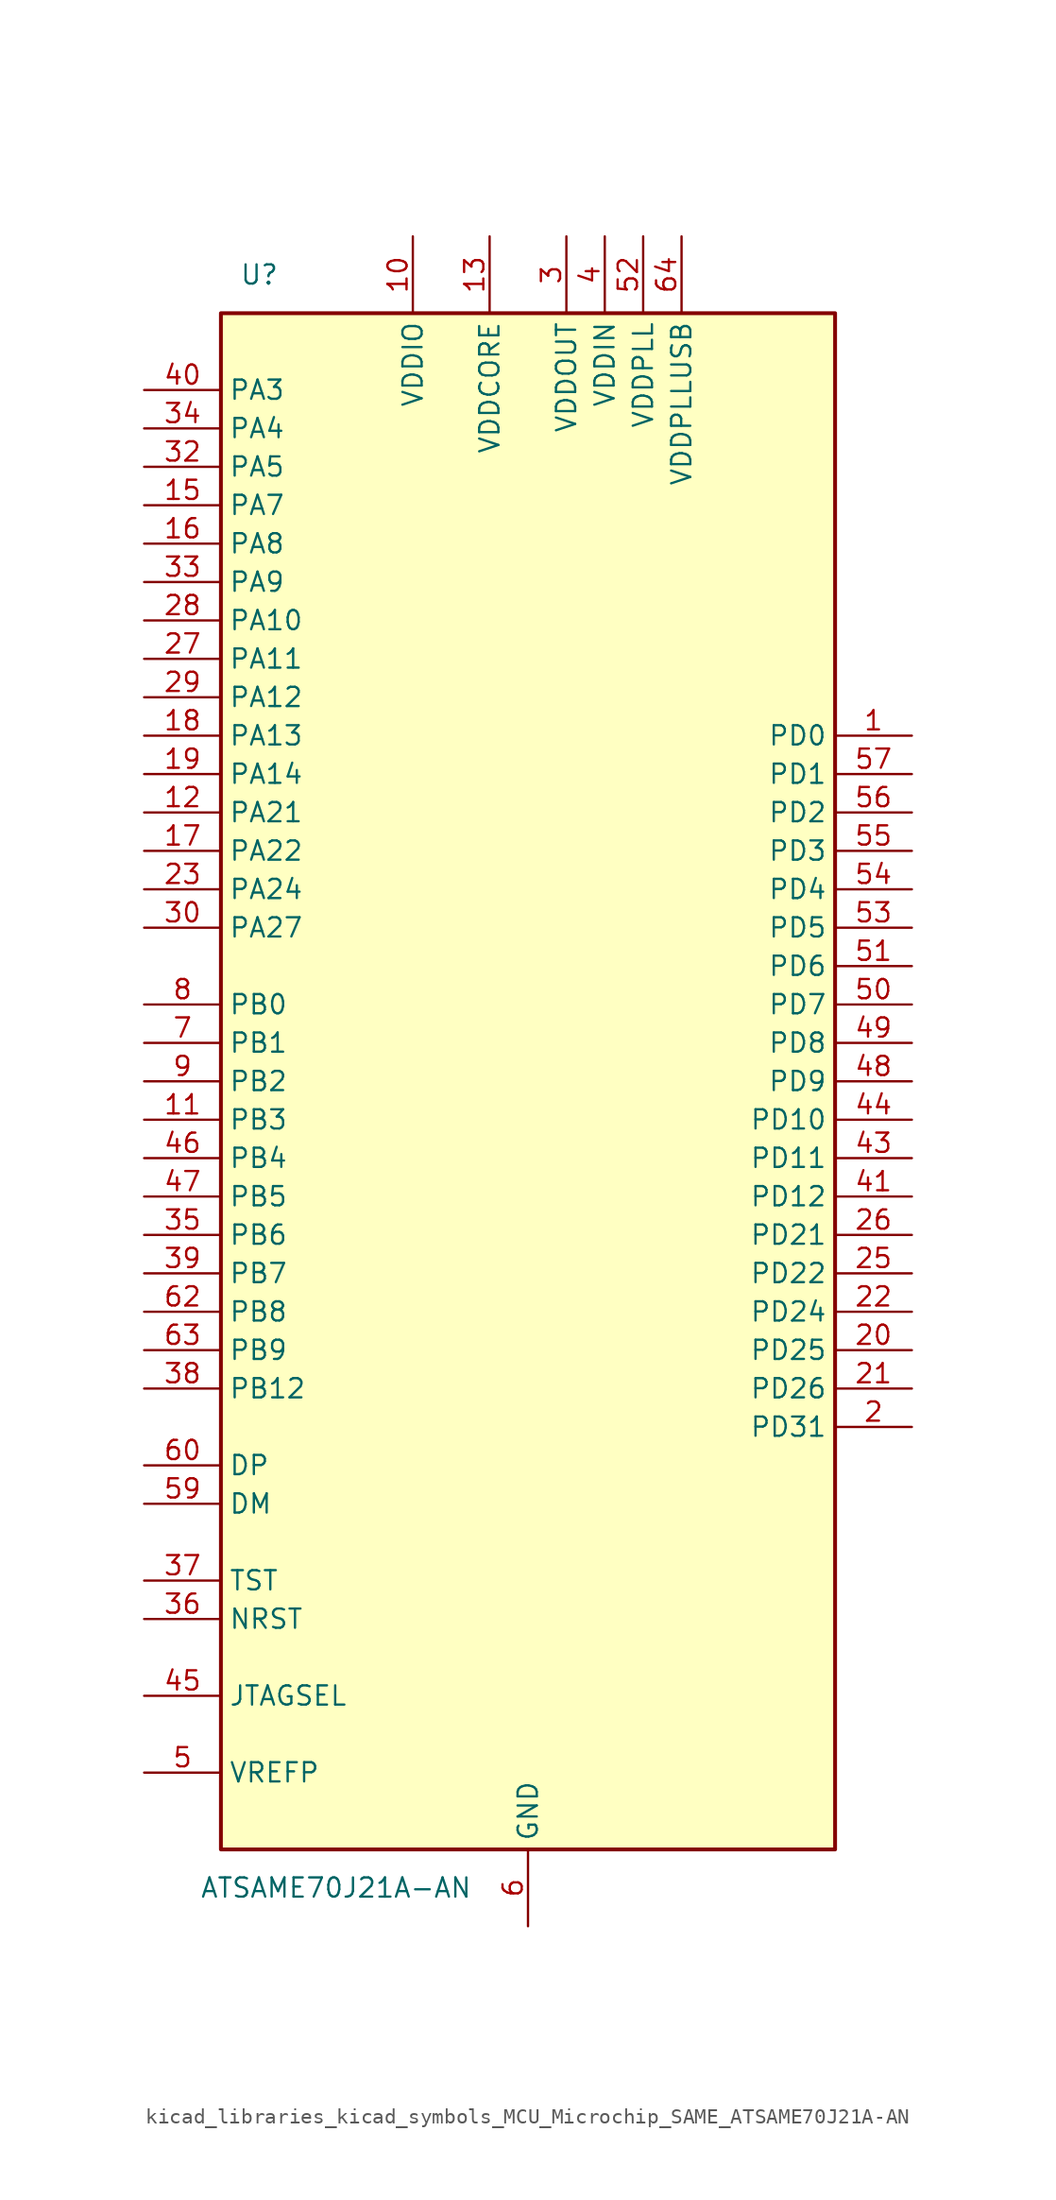
<source format=kicad_sym>
(kicad_symbol_lib
  (version 20220914)
  (generator kicad_symbol_editor)
  (symbol "kicad_libraries_kicad_symbols_MCU_Microchip_SAME_ATSAME70J21A-AN"
    (property "Reference" "U"
      (at -17.78 53.34 0)
      (effects (font (size 1.27 1.27))))
    (property "Value" "ATSAME70J21A-AN"
      (at -12.7 -53.34 0)
      (effects (font (size 1.27 1.27))))
    (symbol "kicad_libraries_kicad_symbols_MCU_Microchip_SAME_ATSAME70J21A-AN_0_1"
      (rectangle (start -20.32 50.8) (end 20.32 -50.8) (stroke (width 0.254) (type default)) (fill (type background))))
    (symbol "kicad_libraries_kicad_symbols_MCU_Microchip_SAME_ATSAME70J21A-AN_1_0"
      (pin power_in line (at 10.16 55.88 270) (length 5.08) (name "VDDPLLUSB" (effects (font (size 1.27 1.27)))) (number "64" (effects (font (size 1.27 1.27))))))
    (symbol "kicad_libraries_kicad_symbols_MCU_Microchip_SAME_ATSAME70J21A-AN_1_1"
      (pin bidirectional line (at 25.4 22.86 180) (length 5.08) (name "PD0" (effects (font (size 1.27 1.27)))) (number "1" (effects (font (size 1.27 1.27)))))
      (pin power_in line (at -7.62 55.88 270) (length 5.08) (name "VDDIO" (effects (font (size 1.27 1.27)))) (number "10" (effects (font (size 1.27 1.27)))))
      (pin bidirectional line (at -25.4 -2.54 0) (length 5.08) (name "PB3" (effects (font (size 1.27 1.27)))) (number "11" (effects (font (size 1.27 1.27)))))
      (pin bidirectional line (at -25.4 17.78 0) (length 5.08) (name "PA21" (effects (font (size 1.27 1.27)))) (number "12" (effects (font (size 1.27 1.27)))))
      (pin power_in line (at -2.54 55.88 270) (length 5.08) (name "VDDCORE" (effects (font (size 1.27 1.27)))) (number "13" (effects (font (size 1.27 1.27)))))
      (pin passive line (at 0 -55.88 90) (length 5.08) hide (name "GND" (effects (font (size 1.27 1.27)))) (number "14" (effects (font (size 1.27 1.27)))))
      (pin bidirectional line (at -25.4 38.1 0) (length 5.08) (name "PA7" (effects (font (size 1.27 1.27)))) (number "15" (effects (font (size 1.27 1.27)))))
      (pin bidirectional line (at -25.4 35.56 0) (length 5.08) (name "PA8" (effects (font (size 1.27 1.27)))) (number "16" (effects (font (size 1.27 1.27)))))
      (pin bidirectional line (at -25.4 15.24 0) (length 5.08) (name "PA22" (effects (font (size 1.27 1.27)))) (number "17" (effects (font (size 1.27 1.27)))))
      (pin bidirectional line (at -25.4 22.86 0) (length 5.08) (name "PA13" (effects (font (size 1.27 1.27)))) (number "18" (effects (font (size 1.27 1.27)))))
      (pin bidirectional line (at -25.4 20.32 0) (length 5.08) (name "PA14" (effects (font (size 1.27 1.27)))) (number "19" (effects (font (size 1.27 1.27)))))
      (pin bidirectional line (at 25.4 -22.86 180) (length 5.08) (name "PD31" (effects (font (size 1.27 1.27)))) (number "2" (effects (font (size 1.27 1.27)))))
      (pin bidirectional line (at 25.4 -17.78 180) (length 5.08) (name "PD25" (effects (font (size 1.27 1.27)))) (number "20" (effects (font (size 1.27 1.27)))))
      (pin bidirectional line (at 25.4 -20.32 180) (length 5.08) (name "PD26" (effects (font (size 1.27 1.27)))) (number "21" (effects (font (size 1.27 1.27)))))
      (pin bidirectional line (at 25.4 -15.24 180) (length 5.08) (name "PD24" (effects (font (size 1.27 1.27)))) (number "22" (effects (font (size 1.27 1.27)))))
      (pin bidirectional line (at -25.4 12.7 0) (length 5.08) (name "PA24" (effects (font (size 1.27 1.27)))) (number "23" (effects (font (size 1.27 1.27)))))
      (pin passive line (at -2.54 55.88 270) (length 5.08) hide (name "VDDCORE" (effects (font (size 1.27 1.27)))) (number "24" (effects (font (size 1.27 1.27)))))
      (pin bidirectional line (at 25.4 -12.7 180) (length 5.08) (name "PD22" (effects (font (size 1.27 1.27)))) (number "25" (effects (font (size 1.27 1.27)))))
      (pin bidirectional line (at 25.4 -10.16 180) (length 5.08) (name "PD21" (effects (font (size 1.27 1.27)))) (number "26" (effects (font (size 1.27 1.27)))))
      (pin bidirectional line (at -25.4 27.94 0) (length 5.08) (name "PA11" (effects (font (size 1.27 1.27)))) (number "27" (effects (font (size 1.27 1.27)))))
      (pin bidirectional line (at -25.4 30.48 0) (length 5.08) (name "PA10" (effects (font (size 1.27 1.27)))) (number "28" (effects (font (size 1.27 1.27)))))
      (pin bidirectional line (at -25.4 25.4 0) (length 5.08) (name "PA12" (effects (font (size 1.27 1.27)))) (number "29" (effects (font (size 1.27 1.27)))))
      (pin power_in line (at 2.54 55.88 270) (length 5.08) (name "VDDOUT" (effects (font (size 1.27 1.27)))) (number "3" (effects (font (size 1.27 1.27)))))
      (pin bidirectional line (at -25.4 10.16 0) (length 5.08) (name "PA27" (effects (font (size 1.27 1.27)))) (number "30" (effects (font (size 1.27 1.27)))))
      (pin passive line (at 0 -55.88 90) (length 5.08) hide (name "GND" (effects (font (size 1.27 1.27)))) (number "31" (effects (font (size 1.27 1.27)))))
      (pin bidirectional line (at -25.4 40.64 0) (length 5.08) (name "PA5" (effects (font (size 1.27 1.27)))) (number "32" (effects (font (size 1.27 1.27)))))
      (pin bidirectional line (at -25.4 33.02 0) (length 5.08) (name "PA9" (effects (font (size 1.27 1.27)))) (number "33" (effects (font (size 1.27 1.27)))))
      (pin bidirectional line (at -25.4 43.18 0) (length 5.08) (name "PA4" (effects (font (size 1.27 1.27)))) (number "34" (effects (font (size 1.27 1.27)))))
      (pin bidirectional line (at -25.4 -10.16 0) (length 5.08) (name "PB6" (effects (font (size 1.27 1.27)))) (number "35" (effects (font (size 1.27 1.27)))))
      (pin bidirectional line (at -25.4 -35.56 0) (length 5.08) (name "NRST" (effects (font (size 1.27 1.27)))) (number "36" (effects (font (size 1.27 1.27)))))
      (pin input line (at -25.4 -33.02 0) (length 5.08) (name "TST" (effects (font (size 1.27 1.27)))) (number "37" (effects (font (size 1.27 1.27)))))
      (pin bidirectional line (at -25.4 -20.32 0) (length 5.08) (name "PB12" (effects (font (size 1.27 1.27)))) (number "38" (effects (font (size 1.27 1.27)))))
      (pin bidirectional line (at -25.4 -12.7 0) (length 5.08) (name "PB7" (effects (font (size 1.27 1.27)))) (number "39" (effects (font (size 1.27 1.27)))))
      (pin power_in line (at 5.08 55.88 270) (length 5.08) (name "VDDIN" (effects (font (size 1.27 1.27)))) (number "4" (effects (font (size 1.27 1.27)))))
      (pin bidirectional line (at -25.4 45.72 0) (length 5.08) (name "PA3" (effects (font (size 1.27 1.27)))) (number "40" (effects (font (size 1.27 1.27)))))
      (pin bidirectional line (at 25.4 -7.62 180) (length 5.08) (name "PD12" (effects (font (size 1.27 1.27)))) (number "41" (effects (font (size 1.27 1.27)))))
      (pin passive line (at -7.62 55.88 270) (length 5.08) hide (name "VDDIO" (effects (font (size 1.27 1.27)))) (number "42" (effects (font (size 1.27 1.27)))))
      (pin bidirectional line (at 25.4 -5.08 180) (length 5.08) (name "PD11" (effects (font (size 1.27 1.27)))) (number "43" (effects (font (size 1.27 1.27)))))
      (pin bidirectional line (at 25.4 -2.54 180) (length 5.08) (name "PD10" (effects (font (size 1.27 1.27)))) (number "44" (effects (font (size 1.27 1.27)))))
      (pin input line (at -25.4 -40.64 0) (length 5.08) (name "JTAGSEL" (effects (font (size 1.27 1.27)))) (number "45" (effects (font (size 1.27 1.27)))))
      (pin bidirectional line (at -25.4 -5.08 0) (length 5.08) (name "PB4" (effects (font (size 1.27 1.27)))) (number "46" (effects (font (size 1.27 1.27)))))
      (pin bidirectional line (at -25.4 -7.62 0) (length 5.08) (name "PB5" (effects (font (size 1.27 1.27)))) (number "47" (effects (font (size 1.27 1.27)))))
      (pin bidirectional line (at 25.4 0 180) (length 5.08) (name "PD9" (effects (font (size 1.27 1.27)))) (number "48" (effects (font (size 1.27 1.27)))))
      (pin bidirectional line (at 25.4 2.54 180) (length 5.08) (name "PD8" (effects (font (size 1.27 1.27)))) (number "49" (effects (font (size 1.27 1.27)))))
      (pin input line (at -25.4 -45.72 0) (length 5.08) (name "VREFP" (effects (font (size 1.27 1.27)))) (number "5" (effects (font (size 1.27 1.27)))))
      (pin bidirectional line (at 25.4 5.08 180) (length 5.08) (name "PD7" (effects (font (size 1.27 1.27)))) (number "50" (effects (font (size 1.27 1.27)))))
      (pin bidirectional line (at 25.4 7.62 180) (length 5.08) (name "PD6" (effects (font (size 1.27 1.27)))) (number "51" (effects (font (size 1.27 1.27)))))
      (pin power_in line (at 7.62 55.88 270) (length 5.08) (name "VDDPLL" (effects (font (size 1.27 1.27)))) (number "52" (effects (font (size 1.27 1.27)))))
      (pin bidirectional line (at 25.4 10.16 180) (length 5.08) (name "PD5" (effects (font (size 1.27 1.27)))) (number "53" (effects (font (size 1.27 1.27)))))
      (pin bidirectional line (at 25.4 12.7 180) (length 5.08) (name "PD4" (effects (font (size 1.27 1.27)))) (number "54" (effects (font (size 1.27 1.27)))))
      (pin bidirectional line (at 25.4 15.24 180) (length 5.08) (name "PD3" (effects (font (size 1.27 1.27)))) (number "55" (effects (font (size 1.27 1.27)))))
      (pin bidirectional line (at 25.4 17.78 180) (length 5.08) (name "PD2" (effects (font (size 1.27 1.27)))) (number "56" (effects (font (size 1.27 1.27)))))
      (pin bidirectional line (at 25.4 20.32 180) (length 5.08) (name "PD1" (effects (font (size 1.27 1.27)))) (number "57" (effects (font (size 1.27 1.27)))))
      (pin passive line (at -7.62 55.88 270) (length 5.08) hide (name "VDDIO" (effects (font (size 1.27 1.27)))) (number "58" (effects (font (size 1.27 1.27)))))
      (pin bidirectional line (at -25.4 -27.94 0) (length 5.08) (name "DM" (effects (font (size 1.27 1.27)))) (number "59" (effects (font (size 1.27 1.27)))))
      (pin power_in line (at 0 -55.88 90) (length 5.08) (name "GND" (effects (font (size 1.27 1.27)))) (number "6" (effects (font (size 1.27 1.27)))))
      (pin bidirectional line (at -25.4 -25.4 0) (length 5.08) (name "DP" (effects (font (size 1.27 1.27)))) (number "60" (effects (font (size 1.27 1.27)))))
      (pin passive line (at -2.54 55.88 270) (length 5.08) hide (name "VDDCORE" (effects (font (size 1.27 1.27)))) (number "61" (effects (font (size 1.27 1.27)))))
      (pin bidirectional line (at -25.4 -15.24 0) (length 5.08) (name "PB8" (effects (font (size 1.27 1.27)))) (number "62" (effects (font (size 1.27 1.27)))))
      (pin bidirectional line (at -25.4 -17.78 0) (length 5.08) (name "PB9" (effects (font (size 1.27 1.27)))) (number "63" (effects (font (size 1.27 1.27)))))
      (pin bidirectional line (at -25.4 2.54 0) (length 5.08) (name "PB1" (effects (font (size 1.27 1.27)))) (number "7" (effects (font (size 1.27 1.27)))))
      (pin bidirectional line (at -25.4 5.08 0) (length 5.08) (name "PB0" (effects (font (size 1.27 1.27)))) (number "8" (effects (font (size 1.27 1.27)))))
      (pin bidirectional line (at -25.4 0 0) (length 5.08) (name "PB2" (effects (font (size 1.27 1.27)))) (number "9" (effects (font (size 1.27 1.27))))))))
</source>
